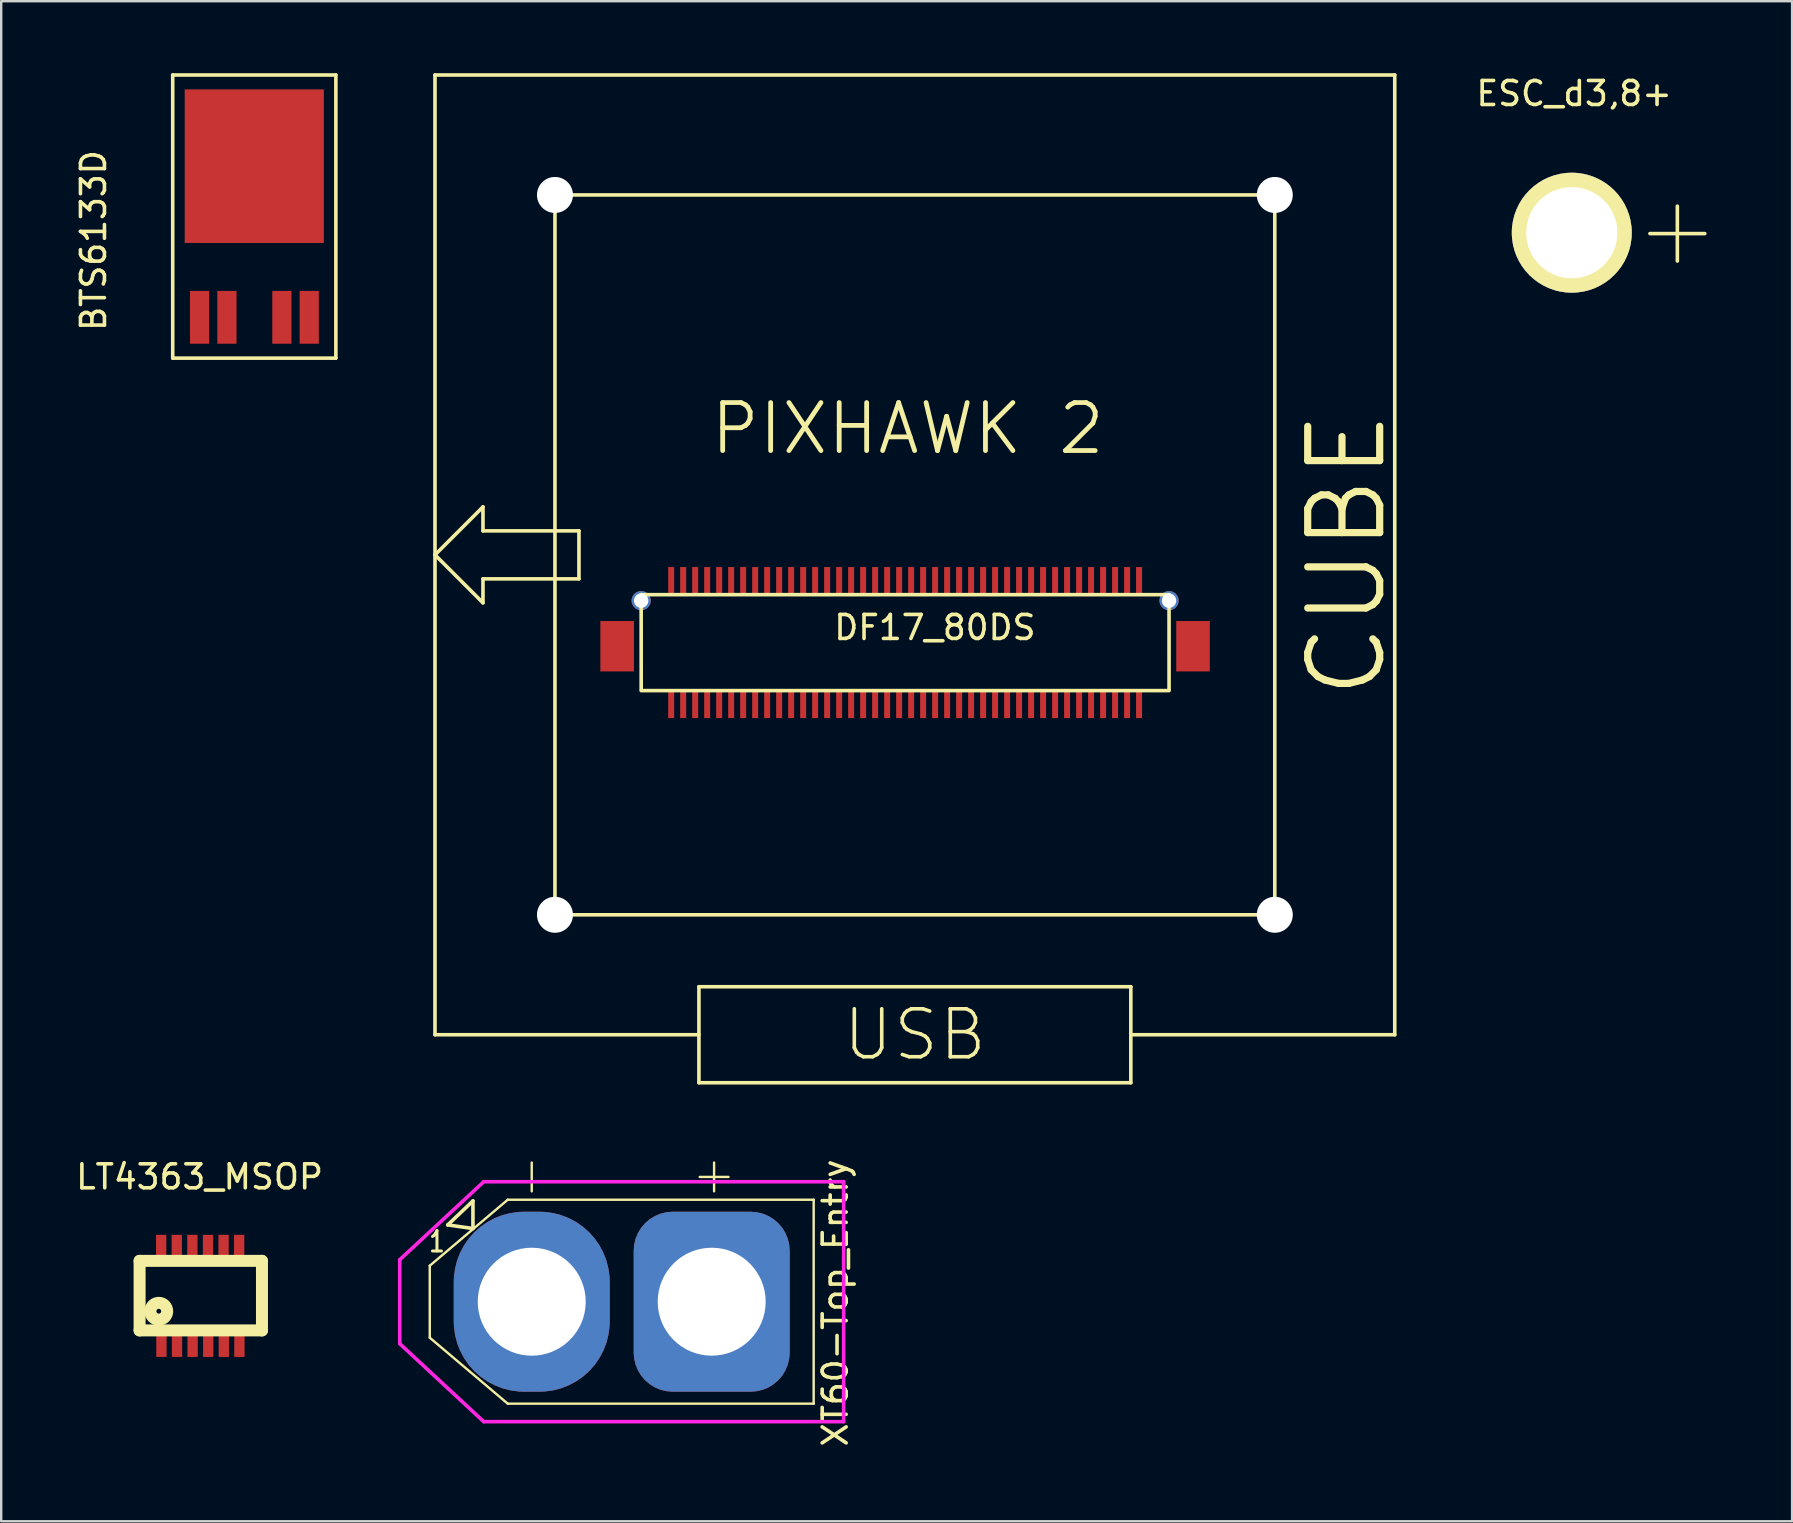
<source format=kicad_pcb>
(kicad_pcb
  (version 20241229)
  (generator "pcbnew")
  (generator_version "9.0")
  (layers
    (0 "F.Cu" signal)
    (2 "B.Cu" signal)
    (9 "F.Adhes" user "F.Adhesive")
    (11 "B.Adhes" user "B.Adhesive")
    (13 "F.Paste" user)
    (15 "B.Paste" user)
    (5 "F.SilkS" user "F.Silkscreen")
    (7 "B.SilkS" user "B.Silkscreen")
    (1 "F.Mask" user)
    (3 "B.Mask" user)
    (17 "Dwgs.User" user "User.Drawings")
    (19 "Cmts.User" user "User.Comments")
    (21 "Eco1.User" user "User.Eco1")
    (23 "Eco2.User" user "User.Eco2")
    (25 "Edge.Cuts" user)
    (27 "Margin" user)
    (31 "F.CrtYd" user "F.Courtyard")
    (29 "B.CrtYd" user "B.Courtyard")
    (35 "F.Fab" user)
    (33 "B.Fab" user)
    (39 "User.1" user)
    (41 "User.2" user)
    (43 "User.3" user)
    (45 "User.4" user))
  (footprint "DF17_80DS"
    (layer "F.Cu")
    (at 14.273 40.733)
    (property "Reference" "DF17_80DS" (at 21.64 -17.63 180) (layer "F.SilkS") (effects (font (size 1 1) (thickness 0.15))))
    (attr through_hole)
    (fp_line (start 0.806 -40.658) (end 40.806 -40.658) (stroke (width 0.15) (type solid)) (layer "F.SilkS"))
    (fp_line (start 0.806 -20.658) (end 2.806 -22.658) (stroke (width 0.15) (type solid)) (layer "F.SilkS"))
    (fp_line (start 0.806 -0.658) (end 0.806 -40.658) (stroke (width 0.15) (type solid)) (layer "F.SilkS"))
    (fp_line (start 0.806 -0.658) (end 11.806 -0.658) (stroke (width 0.15) (type solid)) (layer "F.SilkS"))
    (fp_line (start 2.806 -22.658) (end 2.806 -21.658) (stroke (width 0.15) (type solid)) (layer "F.SilkS"))
    (fp_line (start 2.806 -21.658) (end 6.806 -21.658) (stroke (width 0.15) (type solid)) (layer "F.SilkS"))
    (fp_line (start 2.806 -19.658) (end 2.806 -18.658) (stroke (width 0.15) (type solid)) (layer "F.SilkS"))
    (fp_line (start 2.806 -18.658) (end 0.806 -20.658) (stroke (width 0.15) (type solid)) (layer "F.SilkS"))
    (fp_line (start 5.806 -35.658) (end 35.806 -35.658) (stroke (width 0.15) (type solid)) (layer "F.SilkS"))
    (fp_line (start 5.806 -5.658) (end 5.806 -35.658) (stroke (width 0.15) (type solid)) (layer "F.SilkS"))
    (fp_line (start 6.806 -21.658) (end 6.806 -19.658) (stroke (width 0.15) (type solid)) (layer "F.SilkS"))
    (fp_line (start 6.806 -19.658) (end 2.806 -19.658) (stroke (width 0.15) (type solid)) (layer "F.SilkS"))
    (fp_line (start 9.399 -19) (end 9.4 -15.05) (stroke (width 0.15) (type solid)) (layer "F.SilkS"))
    (fp_line (start 9.399 -15) (end 31.399 -15) (stroke (width 0.15) (type solid)) (layer "F.SilkS"))
    (fp_line (start 11.806 -2.658) (end 29.806 -2.658) (stroke (width 0.15) (type solid)) (layer "F.SilkS"))
    (fp_line (start 11.806 1.342) (end 11.806 -2.658) (stroke (width 0.15) (type solid)) (layer "F.SilkS"))
    (fp_line (start 29.806 -2.658) (end 29.806 1.342) (stroke (width 0.15) (type solid)) (layer "F.SilkS"))
    (fp_line (start 29.806 -0.658) (end 40.806 -0.658) (stroke (width 0.15) (type solid)) (layer "F.SilkS"))
    (fp_line (start 29.806 1.342) (end 11.806 1.342) (stroke (width 0.15) (type solid)) (layer "F.SilkS"))
    (fp_line (start 31.399 -19) (end 9.399 -19) (stroke (width 0.15) (type solid)) (layer "F.SilkS"))
    (fp_line (start 31.4 -15.05) (end 31.399 -19) (stroke (width 0.15) (type solid)) (layer "F.SilkS"))
    (fp_line (start 35.806 -35.658) (end 35.806 -5.658) (stroke (width 0.15) (type solid)) (layer "F.SilkS"))
    (fp_line (start 35.806 -5.658) (end 5.806 -5.658) (stroke (width 0.15) (type solid)) (layer "F.SilkS"))
    (fp_line (start 40.806 -40.658) (end 40.806 -0.658) (stroke (width 0.15) (type solid)) (layer "F.SilkS"))
    (fp_text user "PIXHAWK 2" (at 20.51 -25.92 180) (layer "F.SilkS") (effects (font (size 2 2) (thickness 0.2))))
    (fp_text user "CUBE" (at 38.806 -20.658 90) (layer "F.SilkS") (effects (font (size 3 3) (thickness 0.3))))
    (fp_text user "USB" (at 20.806 -0.658 180) (layer "F.SilkS") (effects (font (size 2 2) (thickness 0.15))))
    (pad "" np_thru_hole circle (at 5.806 -35.658 90) (size 1.5 1.5) (drill 1.5) (layers "*.Cu" "*.Mask"))
    (pad "" np_thru_hole circle (at 5.806 -5.658 90) (size 1.5 1.5) (drill 1.5) (layers "*.Cu" "*.Mask"))
    (pad "" np_thru_hole circle (at 35.806 -35.658 90) (size 1.5 1.5) (drill 1.5) (layers "*.Cu" "*.Mask"))
    (pad "" np_thru_hole circle (at 35.806 -5.658 90) (size 1.5 1.5) (drill 1.5) (layers "*.Cu" "*.Mask"))
    (pad "0" smd rect (at 8.399 -16.85 180) (size 1.4 2.1) (layers "F.Cu" "F.Mask" "F.Paste"))
    (pad "0" smd rect (at 32.399 -16.85 180) (size 1.4 2.1) (layers "F.Cu" "F.Mask" "F.Paste"))
    (pad "1" smd rect (at 10.65 -14.43 180) (size 0.25 1.15) (layers "F.Cu" "F.Mask" "F.Paste"))
    (pad "2" smd rect (at 10.65 -19.575 180) (size 0.25 1.15) (layers "F.Cu" "F.Mask" "F.Paste"))
    (pad "3" smd rect (at 11.15 -14.43 180) (size 0.25 1.15) (layers "F.Cu" "F.Mask" "F.Paste"))
    (pad "4" smd rect (at 11.15 -19.575 180) (size 0.25 1.15) (layers "F.Cu" "F.Mask" "F.Paste"))
    (pad "5" smd rect (at 11.65 -14.43 180) (size 0.25 1.15) (layers "F.Cu" "F.Mask" "F.Paste"))
    (pad "6" smd rect (at 11.65 -19.575 180) (size 0.25 1.15) (layers "F.Cu" "F.Mask" "F.Paste"))
    (pad "7" smd rect (at 12.15 -14.43 180) (size 0.25 1.15) (layers "F.Cu" "F.Mask" "F.Paste"))
    (pad "8" smd rect (at 12.15 -19.575 180) (size 0.25 1.15) (layers "F.Cu" "F.Mask" "F.Paste"))
    (pad "9" smd rect (at 12.65 -14.43 180) (size 0.25 1.15) (layers "F.Cu" "F.Mask" "F.Paste"))
    (pad "10" smd rect (at 12.65 -19.575 180) (size 0.25 1.15) (layers "F.Cu" "F.Mask" "F.Paste"))
    (pad "11" smd rect (at 13.15 -14.43 180) (size 0.25 1.15) (layers "F.Cu" "F.Mask" "F.Paste"))
    (pad "12" smd rect (at 13.15 -19.575 180) (size 0.25 1.15) (layers "F.Cu" "F.Mask" "F.Paste"))
    (pad "13" smd rect (at 13.65 -14.43 180) (size 0.25 1.15) (layers "F.Cu" "F.Mask" "F.Paste"))
    (pad "14" smd rect (at 13.65 -19.575 180) (size 0.25 1.15) (layers "F.Cu" "F.Mask" "F.Paste"))
    (pad "15" smd rect (at 14.15 -14.43 180) (size 0.25 1.15) (layers "F.Cu" "F.Mask" "F.Paste"))
    (pad "16" smd rect (at 14.15 -19.575 180) (size 0.25 1.15) (layers "F.Cu" "F.Mask" "F.Paste"))
    (pad "17" smd rect (at 14.65 -14.43 180) (size 0.25 1.15) (layers "F.Cu" "F.Mask" "F.Paste"))
    (pad "18" smd rect (at 14.65 -19.575 180) (size 0.25 1.15) (layers "F.Cu" "F.Mask" "F.Paste"))
    (pad "19" smd rect (at 15.15 -14.43 180) (size 0.25 1.15) (layers "F.Cu" "F.Mask" "F.Paste"))
    (pad "20" smd rect (at 15.15 -19.575 180) (size 0.25 1.15) (layers "F.Cu" "F.Mask" "F.Paste"))
    (pad "21" smd rect (at 15.65 -14.43 180) (size 0.25 1.15) (layers "F.Cu" "F.Mask" "F.Paste"))
    (pad "22" smd rect (at 15.65 -19.575 180) (size 0.25 1.15) (layers "F.Cu" "F.Mask" "F.Paste"))
    (pad "23" smd rect (at 16.15 -14.43 180) (size 0.25 1.15) (layers "F.Cu" "F.Mask" "F.Paste"))
    (pad "24" smd rect (at 16.15 -19.575 180) (size 0.25 1.15) (layers "F.Cu" "F.Mask" "F.Paste"))
    (pad "25" smd rect (at 16.65 -14.43 180) (size 0.25 1.15) (layers "F.Cu" "F.Mask" "F.Paste"))
    (pad "26" smd rect (at 16.65 -19.575 180) (size 0.25 1.15) (layers "F.Cu" "F.Mask" "F.Paste"))
    (pad "27" smd rect (at 17.15 -14.43 180) (size 0.25 1.15) (layers "F.Cu" "F.Mask" "F.Paste"))
    (pad "28" smd rect (at 17.15 -19.575 180) (size 0.25 1.15) (layers "F.Cu" "F.Mask" "F.Paste"))
    (pad "29" smd rect (at 17.65 -14.43 180) (size 0.25 1.15) (layers "F.Cu" "F.Mask" "F.Paste"))
    (pad "30" smd rect (at 17.65 -19.575 180) (size 0.25 1.15) (layers "F.Cu" "F.Mask" "F.Paste"))
    (pad "31" smd rect (at 18.15 -14.43 180) (size 0.25 1.15) (layers "F.Cu" "F.Mask" "F.Paste"))
    (pad "32" smd rect (at 18.15 -19.575 180) (size 0.25 1.15) (layers "F.Cu" "F.Mask" "F.Paste"))
    (pad "33" smd rect (at 18.65 -14.43 180) (size 0.25 1.15) (layers "F.Cu" "F.Mask" "F.Paste"))
    (pad "34" smd rect (at 18.65 -19.575 180) (size 0.25 1.15) (layers "F.Cu" "F.Mask" "F.Paste"))
    (pad "35" smd rect (at 19.15 -14.43 180) (size 0.25 1.15) (layers "F.Cu" "F.Mask" "F.Paste"))
    (pad "36" smd rect (at 19.15 -19.575 180) (size 0.25 1.15) (layers "F.Cu" "F.Mask" "F.Paste"))
    (pad "37" smd rect (at 19.65 -14.43 180) (size 0.25 1.15) (layers "F.Cu" "F.Mask" "F.Paste"))
    (pad "38" smd rect (at 19.65 -19.575 180) (size 0.25 1.15) (layers "F.Cu" "F.Mask" "F.Paste"))
    (pad "39" smd rect (at 20.15 -14.43 180) (size 0.25 1.15) (layers "F.Cu" "F.Mask" "F.Paste"))
    (pad "40" smd rect (at 20.15 -19.575 180) (size 0.25 1.15) (layers "F.Cu" "F.Mask" "F.Paste"))
    (pad "41" smd rect (at 20.65 -14.43 180) (size 0.25 1.15) (layers "F.Cu" "F.Mask" "F.Paste"))
    (pad "42" smd rect (at 20.65 -19.575 180) (size 0.25 1.15) (layers "F.Cu" "F.Mask" "F.Paste"))
    (pad "43" smd rect (at 21.15 -14.43 180) (size 0.25 1.15) (layers "F.Cu" "F.Mask" "F.Paste"))
    (pad "44" smd rect (at 21.15 -19.575 180) (size 0.25 1.15) (layers "F.Cu" "F.Mask" "F.Paste"))
    (pad "45" smd rect (at 21.65 -14.43 180) (size 0.25 1.15) (layers "F.Cu" "F.Mask" "F.Paste"))
    (pad "46" smd rect (at 21.65 -19.575 180) (size 0.25 1.15) (layers "F.Cu" "F.Mask" "F.Paste"))
    (pad "47" smd rect (at 22.15 -14.43 180) (size 0.25 1.15) (layers "F.Cu" "F.Mask" "F.Paste"))
    (pad "48" smd rect (at 22.15 -19.575 180) (size 0.25 1.15) (layers "F.Cu" "F.Mask" "F.Paste"))
    (pad "49" smd rect (at 22.65 -14.43 180) (size 0.25 1.15) (layers "F.Cu" "F.Mask" "F.Paste"))
    (pad "50" smd rect (at 22.65 -19.575 180) (size 0.25 1.15) (layers "F.Cu" "F.Mask" "F.Paste"))
    (pad "51" smd rect (at 23.15 -14.43 180) (size 0.25 1.15) (layers "F.Cu" "F.Mask" "F.Paste"))
    (pad "52" smd rect (at 23.15 -19.575 180) (size 0.25 1.15) (layers "F.Cu" "F.Mask" "F.Paste"))
    (pad "53" smd rect (at 23.65 -14.43 180) (size 0.25 1.15) (layers "F.Cu" "F.Mask" "F.Paste"))
    (pad "54" smd rect (at 23.65 -19.575 180) (size 0.25 1.15) (layers "F.Cu" "F.Mask" "F.Paste"))
    (pad "55" smd rect (at 24.15 -14.43 180) (size 0.25 1.15) (layers "F.Cu" "F.Mask" "F.Paste"))
    (pad "56" smd rect (at 24.15 -19.575 180) (size 0.25 1.15) (layers "F.Cu" "F.Mask" "F.Paste"))
    (pad "57" smd rect (at 24.65 -14.43 180) (size 0.25 1.15) (layers "F.Cu" "F.Mask" "F.Paste"))
    (pad "58" smd rect (at 24.65 -19.575 180) (size 0.25 1.15) (layers "F.Cu" "F.Mask" "F.Paste"))
    (pad "59" smd rect (at 25.15 -14.43 180) (size 0.25 1.15) (layers "F.Cu" "F.Mask" "F.Paste"))
    (pad "60" smd rect (at 25.15 -19.575 180) (size 0.25 1.15) (layers "F.Cu" "F.Mask" "F.Paste"))
    (pad "61" smd rect (at 25.65 -14.43 180) (size 0.25 1.15) (layers "F.Cu" "F.Mask" "F.Paste"))
    (pad "62" smd rect (at 25.65 -19.575 180) (size 0.25 1.15) (layers "F.Cu" "F.Mask" "F.Paste"))
    (pad "63" smd rect (at 26.15 -14.43 180) (size 0.25 1.15) (layers "F.Cu" "F.Mask" "F.Paste"))
    (pad "64" smd rect (at 26.15 -19.575 180) (size 0.25 1.15) (layers "F.Cu" "F.Mask" "F.Paste"))
    (pad "65" smd rect (at 26.65 -14.43 180) (size 0.25 1.15) (layers "F.Cu" "F.Mask" "F.Paste"))
    (pad "66" smd rect (at 26.65 -19.575 180) (size 0.25 1.15) (layers "F.Cu" "F.Mask" "F.Paste"))
    (pad "67" smd rect (at 27.15 -14.43 180) (size 0.25 1.15) (layers "F.Cu" "F.Mask" "F.Paste"))
    (pad "68" smd rect (at 27.15 -19.575 180) (size 0.25 1.15) (layers "F.Cu" "F.Mask" "F.Paste"))
    (pad "69" smd rect (at 27.65 -14.43 180) (size 0.25 1.15) (layers "F.Cu" "F.Mask" "F.Paste"))
    (pad "70" smd rect (at 27.65 -19.575 180) (size 0.25 1.15) (layers "F.Cu" "F.Mask" "F.Paste"))
    (pad "71" smd rect (at 28.15 -14.43 180) (size 0.25 1.15) (layers "F.Cu" "F.Mask" "F.Paste"))
    (pad "72" smd rect (at 28.15 -19.575 180) (size 0.25 1.15) (layers "F.Cu" "F.Mask" "F.Paste"))
    (pad "73" smd rect (at 28.65 -14.43 180) (size 0.25 1.15) (layers "F.Cu" "F.Mask" "F.Paste"))
    (pad "74" smd rect (at 28.65 -19.575 180) (size 0.25 1.15) (layers "F.Cu" "F.Mask" "F.Paste"))
    (pad "75" smd rect (at 29.15 -14.43 180) (size 0.25 1.15) (layers "F.Cu" "F.Mask" "F.Paste"))
    (pad "76" smd rect (at 29.15 -19.575 180) (size 0.25 1.15) (layers "F.Cu" "F.Mask" "F.Paste"))
    (pad "77" smd rect (at 29.65 -14.43 180) (size 0.25 1.15) (layers "F.Cu" "F.Mask" "F.Paste"))
    (pad "78" smd rect (at 29.65 -19.575 180) (size 0.25 1.15) (layers "F.Cu" "F.Mask" "F.Paste"))
    (pad "79" smd rect (at 30.15 -14.43 180) (size 0.25 1.15) (layers "F.Cu" "F.Mask" "F.Paste"))
    (pad "80" smd rect (at 30.15 -19.575 180) (size 0.25 1.15) (layers "F.Cu" "F.Mask" "F.Paste"))
    (pad "~" thru_hole circle (at 9.399 -18.75 180) (size 0.8 0.8) (drill 0.6) (layers "*.Cu" "*.Mask"))
    (pad "~" thru_hole circle (at 31.399 -18.75 180) (size 0.8 0.8) (drill 0.6) (layers "*.Cu" "*.Mask")))
  (footprint "ESC_d3,8+"
    (layer "F.Cu")
    (at 62.457 6.648)
    (property "Reference" "ESC_d3,8+" (at 0.1 -5.8 0) (layer "F.SilkS") (effects (font (size 1 1) (thickness 0.15))))
    (attr through_hole)
    (fp_text user "+" (at 4.4 -0.2 0) (layer "F.SilkS") (effects (font (size 3 3) (thickness 0.15))))
    (pad "1" thru_hole circle (at 0 0) (size 5 5) (drill 3.8) (layers "*.Cu" "*.Mask" "F.SilkS")))
  (footprint "XT60-Top_Entry"
    (layer "F.Cu")
    (at 19.111 51.201)
    (property "Reference" "XT60-Top_Entry" (at 12.65 0.05 90) (layer "F.SilkS") (effects (font (size 1 1) (thickness 0.15))))
    (attr through_hole)
    (fp_line (start -4.25 -1.5) (end -4.25 1.5) (stroke (width 0.1) (type solid)) (layer "F.SilkS"))
    (fp_line (start -3.5 -3.2) (end -2.45 -3.05) (stroke (width 0.15) (type solid)) (layer "F.SilkS"))
    (fp_line (start -2.45 -4.2) (end -3.5 -3.2) (stroke (width 0.15) (type solid)) (layer "F.SilkS"))
    (fp_line (start -2.45 -3.05) (end -2.45 -4.2) (stroke (width 0.15) (type solid)) (layer "F.SilkS"))
    (fp_line (start -1 -4.25) (end -4.25 -1.5) (stroke (width 0.1) (type solid)) (layer "F.SilkS"))
    (fp_line (start -1 4.25) (end -4.25 1.5) (stroke (width 0.1) (type solid)) (layer "F.SilkS"))
    (fp_line (start 0 -5.8) (end 0 -4.6) (stroke (width 0.1) (type solid)) (layer "F.SilkS"))
    (fp_line (start 7.6 -5.8) (end 7.6 -4.6) (stroke (width 0.1) (type solid)) (layer "F.SilkS"))
    (fp_line (start 8.2 -5.2) (end 7 -5.2) (stroke (width 0.1) (type solid)) (layer "F.SilkS"))
    (fp_line (start 11.75 -4.25) (end -1 -4.25) (stroke (width 0.1) (type solid)) (layer "F.SilkS"))
    (fp_line (start 11.75 4.25) (end -1 4.25) (stroke (width 0.1) (type solid)) (layer "F.SilkS"))
    (fp_line (start 11.75 4.25) (end 11.75 -4.25) (stroke (width 0.1) (type solid)) (layer "F.SilkS"))
    (fp_line (start -5.5 -1.75) (end -5.5 1.75) (stroke (width 0.15) (type solid)) (layer "F.CrtYd"))
    (fp_line (start -5.5 1.75) (end -2 5) (stroke (width 0.15) (type solid)) (layer "F.CrtYd"))
    (fp_line (start -2 -5) (end -5.5 -1.75) (stroke (width 0.15) (type solid)) (layer "F.CrtYd"))
    (fp_line (start -2 5) (end 13 5) (stroke (width 0.15) (type solid)) (layer "F.CrtYd"))
    (fp_line (start 13 -5) (end -2 -5) (stroke (width 0.15) (type solid)) (layer "F.CrtYd"))
    (fp_line (start 13 5) (end 13 -5) (stroke (width 0.15) (type solid)) (layer "F.CrtYd"))
    (fp_text user "1" (at -3.95 -2.5 0) (layer "F.SilkS") (effects (font (size 0.85 0.65) (thickness 0.125))))
    (pad "1" thru_hole roundrect (at 7.5 0) (size 6.5 7.5) (drill 4.5) (layers "*.Cu" "*.Mask") (roundrect_rratio 0.25))
    (pad "2" thru_hole roundrect (at 0 0) (size 6.5 7.5) (drill 4.5) (layers "*.Cu" "*.Mask") (roundrect_rratio 0.45)))
  (footprint "BTS6133D"
    (layer "F.Cu")
    (at 7.548 7.075)
    (property "Reference" "BTS6133D" (at -6.7 -0.1 90) (layer "F.SilkS") (effects (font (size 1 1) (thickness 0.15))))
    (attr through_hole)
    (fp_line (start -3.4 -7) (end -3.4 4.8) (stroke (width 0.15) (type solid)) (layer "F.SilkS"))
    (fp_line (start -3.4 4.8) (end 3.4 4.8) (stroke (width 0.15) (type solid)) (layer "F.SilkS"))
    (fp_line (start 3.4 -7) (end -3.4 -7) (stroke (width 0.15) (type solid)) (layer "F.SilkS"))
    (fp_line (start 3.4 4.8) (end 3.4 -7) (stroke (width 0.15) (type solid)) (layer "F.SilkS"))
    (pad "1" smd rect (at -2.28 3.1) (size 0.8 2.2) (layers "F.Cu" "F.Mask" "F.Paste"))
    (pad "2" smd rect (at -1.14 3.1) (size 0.8 2.2) (layers "F.Cu" "F.Mask" "F.Paste"))
    (pad "3" smd rect (at 0 -3.2) (size 5.8 6.4) (layers "F.Cu" "F.Mask" "F.Paste"))
    (pad "4" smd rect (at 1.15 3.1) (size 0.8 2.2) (layers "F.Cu" "F.Mask" "F.Paste"))
    (pad "5" smd rect (at 2.29 3.1) (size 0.8 2.2) (layers "F.Cu" "F.Mask" "F.Paste")))
  (footprint "LT4363_MSOP"
    (layer "F.Cu")
    (at 5.268 50.998)
    (property "Reference" "LT4363_MSOP" (at 0 -5 0) (layer "F.SilkS") (effects (font (size 1 1) (thickness 0.15))))
    (attr through_hole)
    (fp_line (start -2.5 -1.5) (end -2.5 1.4) (stroke (width 0.5) (type solid)) (layer "F.SilkS"))
    (fp_line (start -2.5 1.4) (end 2.6 1.4) (stroke (width 0.5) (type solid)) (layer "F.SilkS"))
    (fp_line (start 2.6 -1.5) (end -2.5 -1.5) (stroke (width 0.5) (type solid)) (layer "F.SilkS"))
    (fp_line (start 2.6 1.4) (end 2.6 -1.5) (stroke (width 0.5) (type solid)) (layer "F.SilkS"))
    (fp_circle (center -1.7 0.6) (end -1.6 0.6) (stroke (width 0.5) (type solid)) (fill no) (layer "F.SilkS"))
    (pad "1" smd rect (at -1.59 2.03) (size 0.43 0.95) (layers "F.Cu" "F.Mask" "F.Paste"))
    (pad "2" smd rect (at -0.94 2.03) (size 0.43 0.95) (layers "F.Cu" "F.Mask" "F.Paste"))
    (pad "3" smd rect (at -0.29 2.03) (size 0.43 0.95) (layers "F.Cu" "F.Mask" "F.Paste"))
    (pad "4" smd rect (at 0.36 2.03) (size 0.43 0.95) (layers "F.Cu" "F.Mask" "F.Paste"))
    (pad "5" smd rect (at 1.01 2.03) (size 0.43 0.95) (layers "F.Cu" "F.Mask" "F.Paste"))
    (pad "6" smd rect (at 1.66 2.03) (size 0.43 0.95) (layers "F.Cu" "F.Mask" "F.Paste"))
    (pad "7" smd rect (at 1.65 -2.11) (size 0.43 0.95) (layers "F.Cu" "F.Mask" "F.Paste"))
    (pad "8" smd rect (at 1 -2.11) (size 0.43 0.95) (layers "F.Cu" "F.Mask" "F.Paste"))
    (pad "9" smd rect (at 0.35 -2.11) (size 0.43 0.95) (layers "F.Cu" "F.Mask" "F.Paste"))
    (pad "10" smd rect (at -0.3 -2.11) (size 0.43 0.95) (layers "F.Cu" "F.Mask" "F.Paste"))
    (pad "11" smd rect (at -0.95 -2.11) (size 0.43 0.95) (layers "F.Cu" "F.Mask" "F.Paste"))
    (pad "12" smd rect (at -1.6 -2.11) (size 0.43 0.95) (layers "F.Cu" "F.Mask" "F.Paste")))
  (gr_rect
    (start -3 -3)
    (end 71.639 60.352)
    (stroke (width 0.1) (type default))
    (fill no)
    (layer "Edge.Cuts")))
</source>
